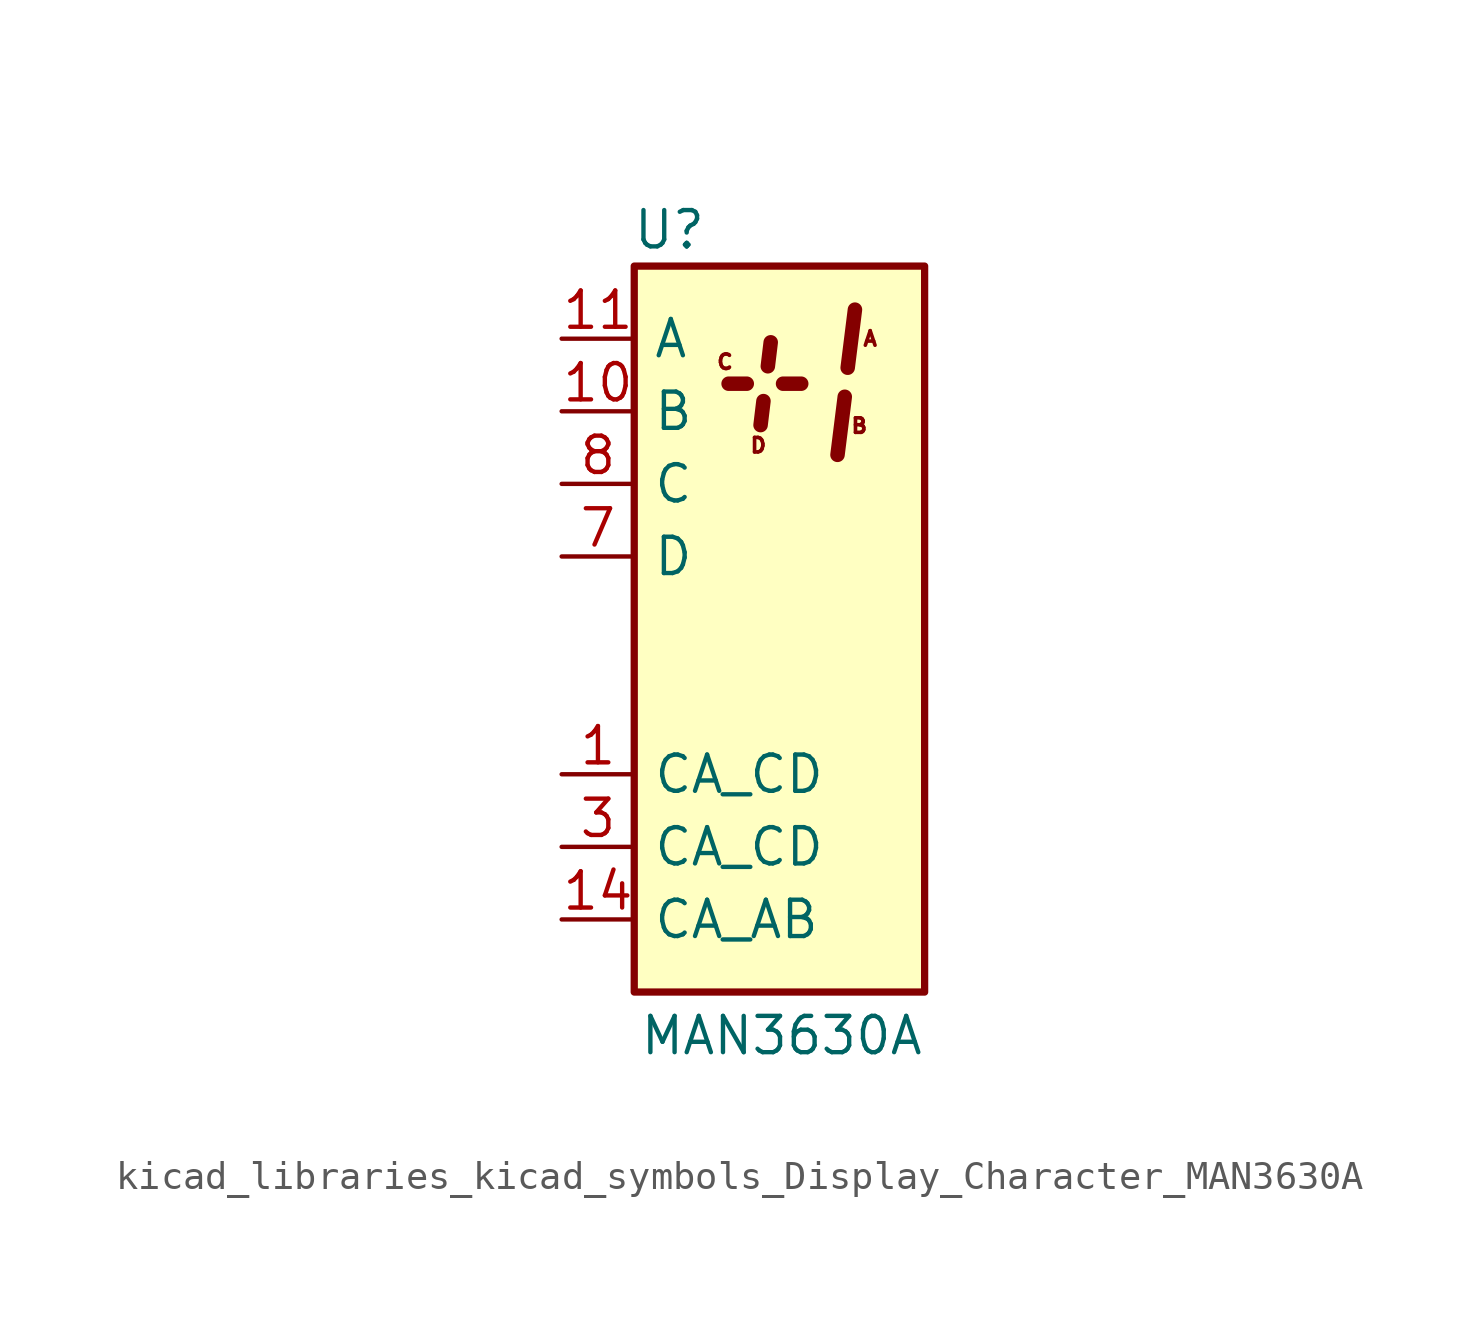
<source format=kicad_sym>
(kicad_symbol_lib
  (version 20220914)
  (generator kicad_symbol_editor)
  (symbol "kicad_libraries_kicad_symbols_Display_Character_MAN3630A"
    (pin_names
      (offset 0.635))
    (property "Reference" "U"
      (at -2.54 13.97 0)
      (effects (font (size 1.27 1.27)) (justify right)))
    (property "Value" "MAN3630A"
      (at 5.08 -14.224 0)
      (effects (font (size 1.27 1.27)) (justify right)))
    (symbol "kicad_libraries_kicad_symbols_Display_Character_MAN3630A_0_0"
      (text "A" (at 3.175 10.16 0) (effects (font (size 0.508 0.508))))
      (text "B" (at 2.794 7.112 0) (effects (font (size 0.508 0.508))))
      (text "C" (at -1.905 9.347 0) (effects (font (size 0.508 0.508))))
      (text "D" (at -0.737 6.426 0) (effects (font (size 0.508 0.508)))))
    (symbol "kicad_libraries_kicad_symbols_Display_Character_MAN3630A_0_1"
      (rectangle (start -5.08 12.7) (end 5.08 -12.7) (stroke (width 0.254) (type default)) (fill (type background)))
      (polyline (pts (xy -1.778 8.585) (xy -1.143 8.585)) (stroke (width 0.508) (type default)) (fill (type none)))
      (polyline (pts (xy 2.286 8.128) (xy 2.032 6.096)) (stroke (width 0.508) (type default)) (fill (type none)))
      (polyline (pts (xy 2.642 11.176) (xy 2.388 9.144)) (stroke (width 0.508) (type default)) (fill (type none))))
    (symbol "kicad_libraries_kicad_symbols_Display_Character_MAN3630A_1_1"
      (polyline (pts (xy -0.66 7.137) (xy -0.559 7.976)) (stroke (width 0.508) (type default)) (fill (type none)))
      (polyline (pts (xy -0.305 10.033) (xy -0.406 9.195)) (stroke (width 0.508) (type default)) (fill (type none)))
      (polyline (pts (xy 0.127 8.585) (xy 0.762 8.585)) (stroke (width 0.508) (type default)) (fill (type none)))
      (pin input line (at -7.62 -5.08 0) (length 2.54) (name "CA_CD" (effects (font (size 1.27 1.27)))) (number "1" (effects (font (size 1.27 1.27)))))
      (pin input line (at -7.62 7.62 0) (length 2.54) (name "B" (effects (font (size 1.27 1.27)))) (number "10" (effects (font (size 1.27 1.27)))))
      (pin input line (at -7.62 10.16 0) (length 2.54) (name "A" (effects (font (size 1.27 1.27)))) (number "11" (effects (font (size 1.27 1.27)))))
      (pin no_connect line (at 5.08 -7.62 180) (length 2.54) hide (name "NC" (effects (font (size 1.27 1.27)))) (number "12" (effects (font (size 1.27 1.27)))))
      (pin no_connect line (at 5.08 -10.16 180) (length 2.54) hide (name "NC" (effects (font (size 1.27 1.27)))) (number "13" (effects (font (size 1.27 1.27)))))
      (pin input line (at -7.62 -10.16 0) (length 2.54) (name "CA_AB" (effects (font (size 1.27 1.27)))) (number "14" (effects (font (size 1.27 1.27)))))
      (pin no_connect line (at 5.08 5.08 180) (length 2.54) hide (name "NC" (effects (font (size 1.27 1.27)))) (number "2" (effects (font (size 1.27 1.27)))))
      (pin input line (at -7.62 -7.62 0) (length 2.54) (name "CA_CD" (effects (font (size 1.27 1.27)))) (number "3" (effects (font (size 1.27 1.27)))))
      (pin no_connect line (at 5.08 2.54 180) (length 2.54) hide (name "NC" (effects (font (size 1.27 1.27)))) (number "4" (effects (font (size 1.27 1.27)))))
      (pin no_connect line (at 5.08 0 180) (length 2.54) hide (name "NC" (effects (font (size 1.27 1.27)))) (number "5" (effects (font (size 1.27 1.27)))))
      (pin no_connect line (at 5.08 -2.54 180) (length 2.54) hide (name "NC" (effects (font (size 1.27 1.27)))) (number "6" (effects (font (size 1.27 1.27)))))
      (pin input line (at -7.62 2.54 0) (length 2.54) (name "D" (effects (font (size 1.27 1.27)))) (number "7" (effects (font (size 1.27 1.27)))))
      (pin input line (at -7.62 5.08 0) (length 2.54) (name "C" (effects (font (size 1.27 1.27)))) (number "8" (effects (font (size 1.27 1.27)))))
      (pin no_connect line (at 5.08 -5.08 180) (length 2.54) hide (name "NC" (effects (font (size 1.27 1.27)))) (number "9" (effects (font (size 1.27 1.27))))))))
</source>
